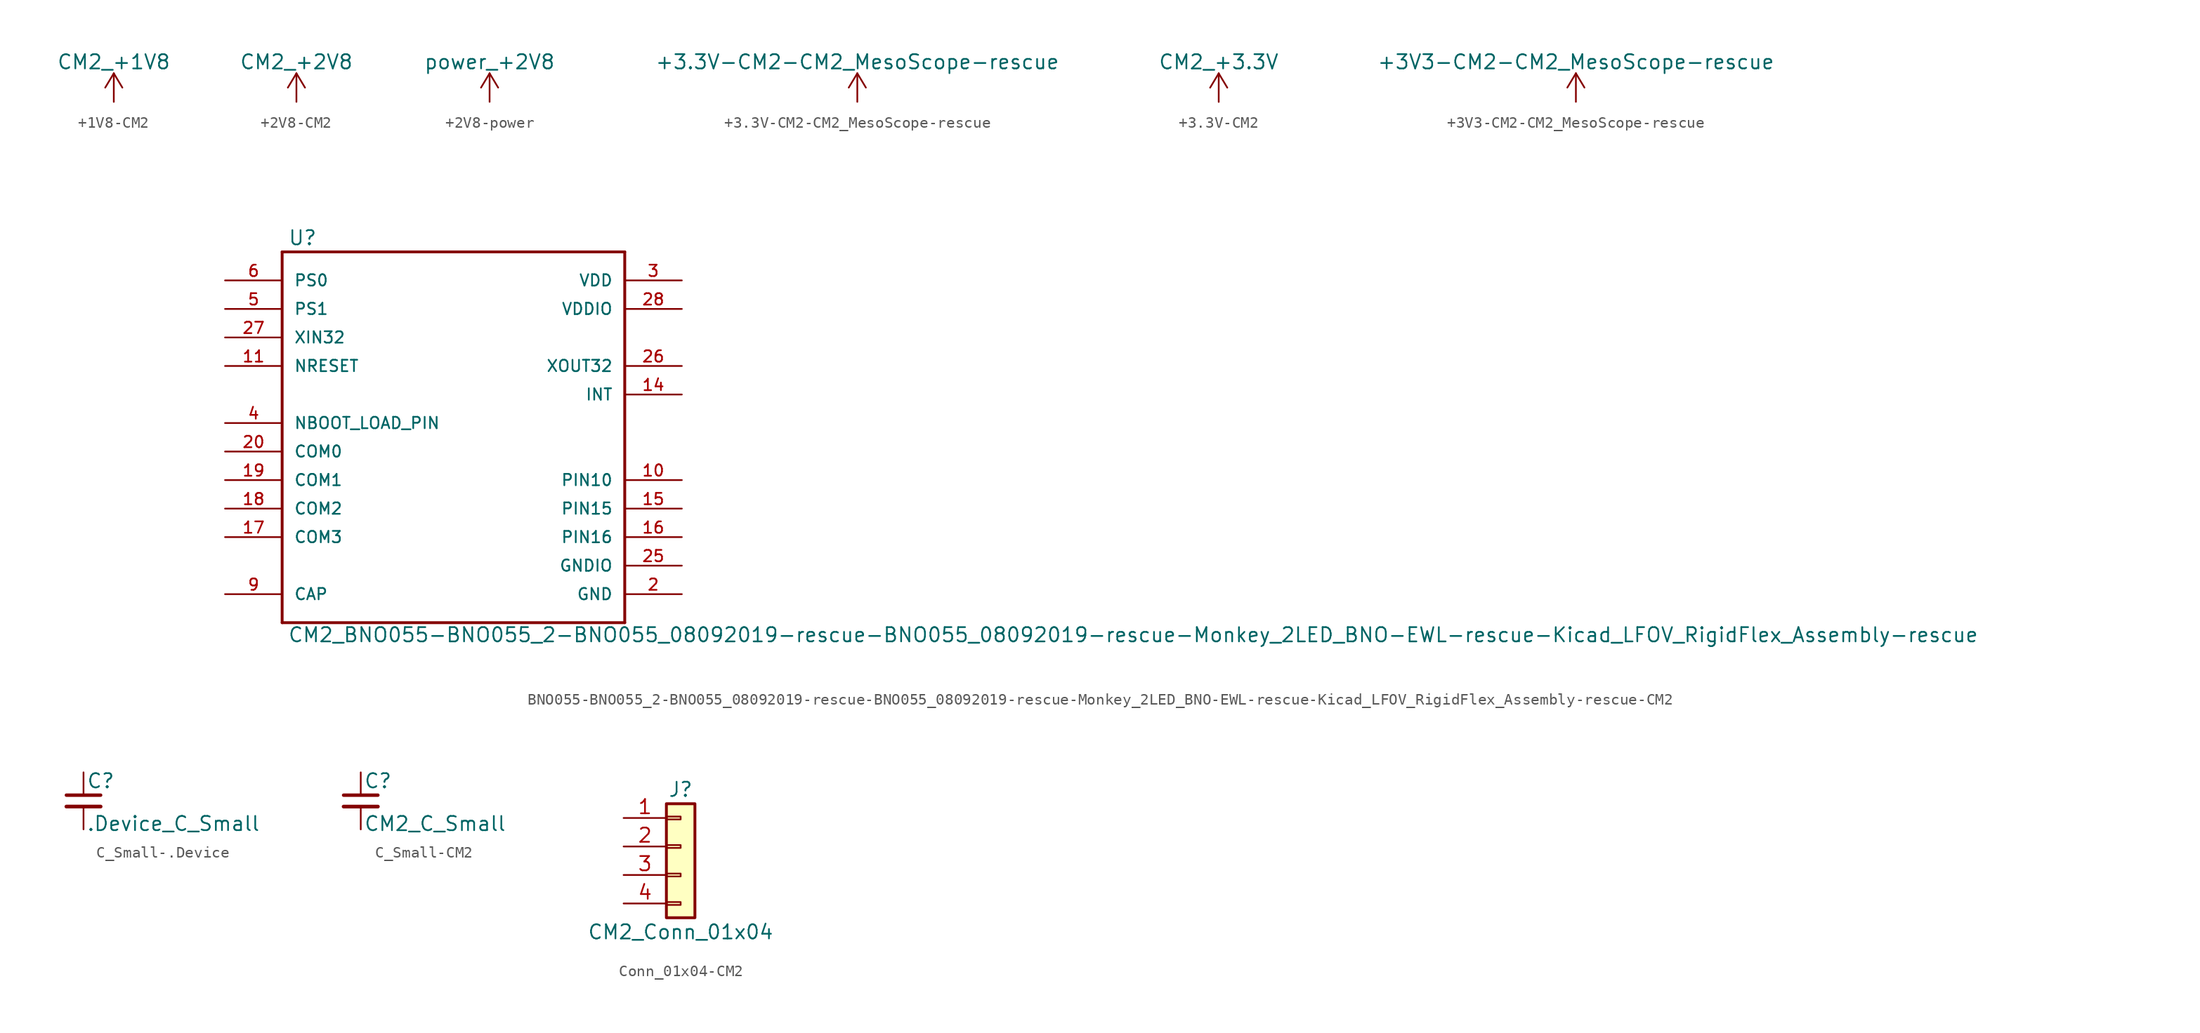
<source format=kicad_sym>
(kicad_symbol_lib
  (version 20231120)
  (generator "kicad_symbol_editor")
  (generator_version "8.0")
  (symbol "+1V8-CM2"
    (power)
    (pin_names
      (offset 0))
    (property "Reference" "#PWR"
      (at 0 -3.81 0)
      (effects (font (size 1.27 1.27)) (hide yes)))
    (property "Value" "CM2_+1V8"
      (at 0 3.556 0)
      (effects (font (size 1.27 1.27))))
    (symbol "+1V8-CM2_0_1"
      (polyline (pts (xy -0.762 1.27) (xy 0 2.54)) (stroke (width 0) (type solid)) (fill (type none)))
      (polyline (pts (xy 0 0) (xy 0 2.54)) (stroke (width 0) (type solid)) (fill (type none)))
      (polyline (pts (xy 0 2.54) (xy 0.762 1.27)) (stroke (width 0) (type solid)) (fill (type none))))
    (symbol "+1V8-CM2_1_1"
      (pin power_in line (at 0 0 90) (length 0) hide (name "+1V8" (effects (font (size 1.27 1.27)))) (number "1" (effects (font (size 1.27 1.27)))))))
  (symbol "+2V8-CM2"
    (power)
    (pin_names
      (offset 0))
    (property "Reference" "#PWR"
      (at 0 -3.81 0)
      (effects (font (size 1.27 1.27)) (hide yes)))
    (property "Value" "CM2_+2V8"
      (at 0 3.556 0)
      (effects (font (size 1.27 1.27))))
    (symbol "+2V8-CM2_0_1"
      (polyline (pts (xy -0.762 1.27) (xy 0 2.54)) (stroke (width 0) (type solid)) (fill (type none)))
      (polyline (pts (xy 0 0) (xy 0 2.54)) (stroke (width 0) (type solid)) (fill (type none)))
      (polyline (pts (xy 0 2.54) (xy 0.762 1.27)) (stroke (width 0) (type solid)) (fill (type none))))
    (symbol "+2V8-CM2_1_1"
      (pin power_in line (at 0 0 90) (length 0) hide (name "+2V8" (effects (font (size 1.27 1.27)))) (number "1" (effects (font (size 1.27 1.27)))))))
  (symbol "+2V8-power"
    (power)
    (pin_names
      (offset 0))
    (property "Reference" "#PWR"
      (at 0 -3.81 0)
      (effects (font (size 1.27 1.27)) (hide yes)))
    (property "Value" "power_+2V8"
      (at 0 3.556 0)
      (effects (font (size 1.27 1.27))))
    (symbol "+2V8-power_0_1"
      (polyline (pts (xy -0.762 1.27) (xy 0 2.54)) (stroke (width 0) (type solid)) (fill (type none)))
      (polyline (pts (xy 0 0) (xy 0 2.54)) (stroke (width 0) (type solid)) (fill (type none)))
      (polyline (pts (xy 0 2.54) (xy 0.762 1.27)) (stroke (width 0) (type solid)) (fill (type none))))
    (symbol "+2V8-power_1_1"
      (pin power_in line (at 0 0 90) (length 0) hide (name "+2V8" (effects (font (size 1.27 1.27)))) (number "1" (effects (font (size 1.27 1.27)))))))
  (symbol "+3.3V-CM2-CM2_MesoScope-rescue"
    (power)
    (pin_names
      (offset 0))
    (property "Reference" "#PWR"
      (at 0 -3.81 0)
      (effects (font (size 1.27 1.27)) (hide yes)))
    (property "Value" "+3.3V-CM2-CM2_MesoScope-rescue"
      (at 0 3.556 0)
      (effects (font (size 1.27 1.27))))
    (symbol "+3.3V-CM2-CM2_MesoScope-rescue_0_1"
      (polyline (pts (xy -0.762 1.27) (xy 0 2.54)) (stroke (width 0) (type solid)) (fill (type none)))
      (polyline (pts (xy 0 0) (xy 0 2.54)) (stroke (width 0) (type solid)) (fill (type none)))
      (polyline (pts (xy 0 2.54) (xy 0.762 1.27)) (stroke (width 0) (type solid)) (fill (type none))))
    (symbol "+3.3V-CM2-CM2_MesoScope-rescue_1_1"
      (pin power_in line (at 0 0 90) (length 0) hide (name "+3V3" (effects (font (size 1.27 1.27)))) (number "1" (effects (font (size 1.27 1.27)))))))
  (symbol "+3.3V-CM2"
    (power)
    (pin_names
      (offset 0))
    (property "Reference" "#PWR"
      (at 0 -3.81 0)
      (effects (font (size 1.27 1.27)) (hide yes)))
    (property "Value" "CM2_+3.3V"
      (at 0 3.556 0)
      (effects (font (size 1.27 1.27))))
    (symbol "+3.3V-CM2_0_1"
      (polyline (pts (xy -0.762 1.27) (xy 0 2.54)) (stroke (width 0) (type solid)) (fill (type none)))
      (polyline (pts (xy 0 0) (xy 0 2.54)) (stroke (width 0) (type solid)) (fill (type none)))
      (polyline (pts (xy 0 2.54) (xy 0.762 1.27)) (stroke (width 0) (type solid)) (fill (type none))))
    (symbol "+3.3V-CM2_1_1"
      (pin power_in line (at 0 0 90) (length 0) hide (name "+3V3" (effects (font (size 1.27 1.27)))) (number "1" (effects (font (size 1.27 1.27)))))))
  (symbol "+3V3-CM2-CM2_MesoScope-rescue"
    (power)
    (pin_names
      (offset 0))
    (property "Reference" "#PWR"
      (at 0 -3.81 0)
      (effects (font (size 1.27 1.27)) (hide yes)))
    (property "Value" "+3V3-CM2-CM2_MesoScope-rescue"
      (at 0 3.556 0)
      (effects (font (size 1.27 1.27))))
    (symbol "+3V3-CM2-CM2_MesoScope-rescue_0_1"
      (polyline (pts (xy -0.762 1.27) (xy 0 2.54)) (stroke (width 0) (type solid)) (fill (type none)))
      (polyline (pts (xy 0 0) (xy 0 2.54)) (stroke (width 0) (type solid)) (fill (type none)))
      (polyline (pts (xy 0 2.54) (xy 0.762 1.27)) (stroke (width 0) (type solid)) (fill (type none))))
    (symbol "+3V3-CM2-CM2_MesoScope-rescue_1_1"
      (pin power_in line (at 0 0 90) (length 0) hide (name "+3V3" (effects (font (size 1.27 1.27)))) (number "1" (effects (font (size 1.27 1.27)))))))
  (symbol "BNO055-BNO055_2-BNO055_08092019-rescue-BNO055_08092019-rescue-Monkey_2LED_BNO-EWL-rescue-Kicad_LFOV_RigidFlex_Assembly-rescue-CM2"
    (pin_names
      (offset 1.016))
    (property "Reference" "U"
      (at -14.732 15.748 0)
      (effects (font (size 1.27 1.27)) (justify left bottom)))
    (property "Value" "CM2_BNO055-BNO055_2-BNO055_08092019-rescue-BNO055_08092019-rescue-Monkey_2LED_BNO-EWL-rescue-Kicad_LFOV_RigidFlex_Assembly-rescue"
      (at -14.757 -19.609 0)
      (effects (font (size 1.27 1.27)) (justify left bottom)))
    (property "ki_locked" ""
      (at 0 0 0)
      (effects (font (size 1.27 1.27))))
    (symbol "BNO055-BNO055_2-BNO055_08092019-rescue-BNO055_08092019-rescue-Monkey_2LED_BNO-EWL-rescue-Kicad_LFOV_RigidFlex_Assembly-rescue-CM2_0_0"
      (polyline (pts (xy -15.24 -17.78) (xy 15.24 -17.78)) (stroke (width 0.254) (type solid)) (fill (type none)))
      (polyline (pts (xy -15.24 15.24) (xy -15.24 -17.78)) (stroke (width 0.254) (type solid)) (fill (type none)))
      (polyline (pts (xy 15.24 -17.78) (xy 15.24 15.24)) (stroke (width 0.254) (type solid)) (fill (type none)))
      (polyline (pts (xy 15.24 15.24) (xy -15.24 15.24)) (stroke (width 0.254) (type solid)) (fill (type none)))
      (pin power_in line (at 20.32 -5.08 180) (length 5.08) (name "PIN10" (effects (font (size 1.016 1.016)))) (number "10" (effects (font (size 1.016 1.016)))))
      (pin input line (at -20.32 5.08 0) (length 5.08) (name "NRESET" (effects (font (size 1.016 1.016)))) (number "11" (effects (font (size 1.016 1.016)))))
      (pin output line (at 20.32 2.54 180) (length 5.08) (name "INT" (effects (font (size 1.016 1.016)))) (number "14" (effects (font (size 1.016 1.016)))))
      (pin power_in line (at 20.32 -7.62 180) (length 5.08) (name "PIN15" (effects (font (size 1.016 1.016)))) (number "15" (effects (font (size 1.016 1.016)))))
      (pin power_in line (at 20.32 -10.16 180) (length 5.08) (name "PIN16" (effects (font (size 1.016 1.016)))) (number "16" (effects (font (size 1.016 1.016)))))
      (pin bidirectional line (at -20.32 -10.16 0) (length 5.08) (name "COM3" (effects (font (size 1.016 1.016)))) (number "17" (effects (font (size 1.016 1.016)))))
      (pin bidirectional line (at -20.32 -7.62 0) (length 5.08) (name "COM2" (effects (font (size 1.016 1.016)))) (number "18" (effects (font (size 1.016 1.016)))))
      (pin bidirectional line (at -20.32 -5.08 0) (length 5.08) (name "COM1" (effects (font (size 1.016 1.016)))) (number "19" (effects (font (size 1.016 1.016)))))
      (pin power_in line (at 20.32 -15.24 180) (length 5.08) (name "GND" (effects (font (size 1.016 1.016)))) (number "2" (effects (font (size 1.016 1.016)))))
      (pin bidirectional line (at -20.32 -2.54 0) (length 5.08) (name "COM0" (effects (font (size 1.016 1.016)))) (number "20" (effects (font (size 1.016 1.016)))))
      (pin power_in line (at 20.32 -12.7 180) (length 5.08) (name "GNDIO" (effects (font (size 1.016 1.016)))) (number "25" (effects (font (size 1.016 1.016)))))
      (pin output line (at 20.32 5.08 180) (length 5.08) (name "XOUT32" (effects (font (size 1.016 1.016)))) (number "26" (effects (font (size 1.016 1.016)))))
      (pin input line (at -20.32 7.62 0) (length 5.08) (name "XIN32" (effects (font (size 1.016 1.016)))) (number "27" (effects (font (size 1.016 1.016)))))
      (pin power_in line (at 20.32 10.16 180) (length 5.08) (name "VDDIO" (effects (font (size 1.016 1.016)))) (number "28" (effects (font (size 1.016 1.016)))))
      (pin power_in line (at 20.32 12.7 180) (length 5.08) (name "VDD" (effects (font (size 1.016 1.016)))) (number "3" (effects (font (size 1.016 1.016)))))
      (pin bidirectional line (at -20.32 0 0) (length 5.08) (name "NBOOT_LOAD_PIN" (effects (font (size 1.016 1.016)))) (number "4" (effects (font (size 1.016 1.016)))))
      (pin input line (at -20.32 10.16 0) (length 5.08) (name "PS1" (effects (font (size 1.016 1.016)))) (number "5" (effects (font (size 1.016 1.016)))))
      (pin input line (at -20.32 12.7 0) (length 5.08) (name "PS0" (effects (font (size 1.016 1.016)))) (number "6" (effects (font (size 1.016 1.016)))))
      (pin passive line (at -20.32 -15.24 0) (length 5.08) (name "CAP" (effects (font (size 1.016 1.016)))) (number "9" (effects (font (size 1.016 1.016)))))))
  (symbol "C_Small-.Device"
    (pin_numbers hide)
    (pin_names
      (offset 0.254) hide)
    (property "Reference" "C"
      (at 0.254 1.778 0)
      (effects (font (size 1.27 1.27)) (justify left)))
    (property "Value" ".Device_C_Small"
      (at 0.254 -2.032 0)
      (effects (font (size 1.27 1.27)) (justify left)))
    (symbol "C_Small-.Device_0_1"
      (polyline (pts (xy -1.524 -0.508) (xy 1.524 -0.508)) (stroke (width 0.33) (type solid)) (fill (type none)))
      (polyline (pts (xy -1.524 0.508) (xy 1.524 0.508)) (stroke (width 0.305) (type solid)) (fill (type none))))
    (symbol "C_Small-.Device_1_1"
      (pin passive line (at 0 2.54 270) (length 2.032) (name "~" (effects (font (size 1.27 1.27)))) (number "1" (effects (font (size 1.27 1.27)))))
      (pin passive line (at 0 -2.54 90) (length 2.032) (name "~" (effects (font (size 1.27 1.27)))) (number "2" (effects (font (size 1.27 1.27)))))))
  (symbol "C_Small-CM2"
    (pin_numbers hide)
    (pin_names
      (offset 0.254) hide)
    (property "Reference" "C"
      (at 0.254 1.778 0)
      (effects (font (size 1.27 1.27)) (justify left)))
    (property "Value" "CM2_C_Small"
      (at 0.254 -2.032 0)
      (effects (font (size 1.27 1.27)) (justify left)))
    (symbol "C_Small-CM2_0_1"
      (polyline (pts (xy -1.524 -0.508) (xy 1.524 -0.508)) (stroke (width 0.33) (type solid)) (fill (type none)))
      (polyline (pts (xy -1.524 0.508) (xy 1.524 0.508)) (stroke (width 0.305) (type solid)) (fill (type none))))
    (symbol "C_Small-CM2_1_1"
      (pin passive line (at 0 2.54 270) (length 2.032) (name "~" (effects (font (size 1.27 1.27)))) (number "1" (effects (font (size 1.27 1.27)))))
      (pin passive line (at 0 -2.54 90) (length 2.032) (name "~" (effects (font (size 1.27 1.27)))) (number "2" (effects (font (size 1.27 1.27)))))))
  (symbol "Conn_01x04-CM2"
    (pin_names
      (offset 1.016) hide)
    (property "Reference" "J"
      (at 0 5.08 0)
      (effects (font (size 1.27 1.27))))
    (property "Value" "CM2_Conn_01x04"
      (at 0 -7.62 0)
      (effects (font (size 1.27 1.27))))
    (symbol "Conn_01x04-CM2_1_1"
      (rectangle (start -1.27 -4.953) (end 0 -5.207) (stroke (width 0.152) (type solid)) (fill (type none)))
      (rectangle (start -1.27 -2.413) (end 0 -2.667) (stroke (width 0.152) (type solid)) (fill (type none)))
      (rectangle (start -1.27 0.127) (end 0 -0.127) (stroke (width 0.152) (type solid)) (fill (type none)))
      (rectangle (start -1.27 2.667) (end 0 2.413) (stroke (width 0.152) (type solid)) (fill (type none)))
      (rectangle (start -1.27 3.81) (end 1.27 -6.35) (stroke (width 0.254) (type solid)) (fill (type background)))
      (pin passive line (at -5.08 2.54 0) (length 3.81) (name "Pin_1" (effects (font (size 1.27 1.27)))) (number "1" (effects (font (size 1.27 1.27)))))
      (pin passive line (at -5.08 0 0) (length 3.81) (name "Pin_2" (effects (font (size 1.27 1.27)))) (number "2" (effects (font (size 1.27 1.27)))))
      (pin passive line (at -5.08 -2.54 0) (length 3.81) (name "Pin_3" (effects (font (size 1.27 1.27)))) (number "3" (effects (font (size 1.27 1.27)))))
      (pin passive line (at -5.08 -5.08 0) (length 3.81) (name "Pin_4" (effects (font (size 1.27 1.27)))) (number "4" (effects (font (size 1.27 1.27))))))))
</source>
